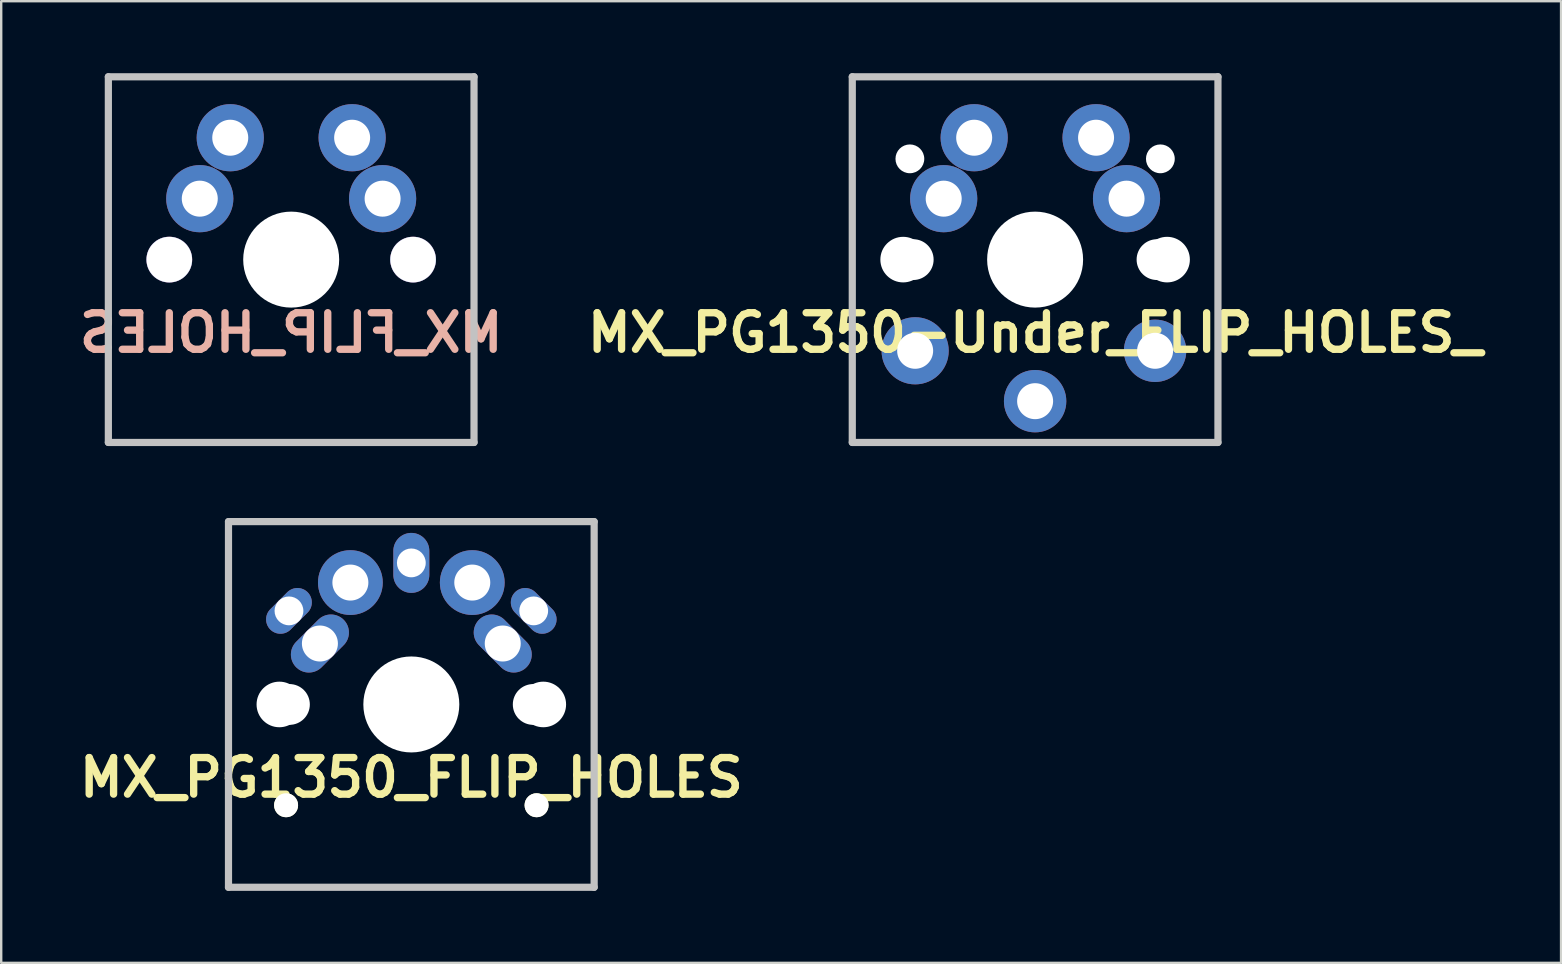
<source format=kicad_pcb>
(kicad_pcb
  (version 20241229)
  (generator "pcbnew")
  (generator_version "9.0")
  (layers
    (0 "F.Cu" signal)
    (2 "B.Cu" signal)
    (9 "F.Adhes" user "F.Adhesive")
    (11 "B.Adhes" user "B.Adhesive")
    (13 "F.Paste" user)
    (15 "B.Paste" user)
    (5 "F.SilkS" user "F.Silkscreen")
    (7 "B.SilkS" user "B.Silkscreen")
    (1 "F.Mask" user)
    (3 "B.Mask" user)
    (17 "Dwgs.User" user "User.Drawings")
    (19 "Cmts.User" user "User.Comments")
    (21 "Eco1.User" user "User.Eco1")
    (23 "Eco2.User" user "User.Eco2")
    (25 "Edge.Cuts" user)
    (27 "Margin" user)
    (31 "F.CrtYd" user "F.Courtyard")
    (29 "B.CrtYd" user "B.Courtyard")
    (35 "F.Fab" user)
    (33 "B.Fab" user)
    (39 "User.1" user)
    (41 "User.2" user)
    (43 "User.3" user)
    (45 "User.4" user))
  (footprint "MX_PG1350-Under_FLIP_HOLES_"
    (layer "F.Cu")
    (at 40.091 7.77)
    (property "Reference" "MX_PG1350-Under_FLIP_HOLES_" (at 0 3.048 0) (layer "F.SilkS") (effects (font (size 1.524 1.524) (thickness 0.305))))
    (attr through_hole)
    (fp_line (start -7.62 -7.62) (end 7.62 -7.62) (stroke (width 0.3) (type solid)) (layer "Dwgs.User"))
    (fp_line (start -7.62 7.62) (end -7.62 -7.62) (stroke (width 0.3) (type solid)) (layer "Dwgs.User"))
    (fp_line (start 7.62 -7.62) (end 7.62 7.62) (stroke (width 0.3) (type solid)) (layer "Dwgs.User"))
    (fp_line (start 7.62 7.62) (end -7.62 7.62) (stroke (width 0.3) (type solid)) (layer "Dwgs.User"))
    (pad "" np_thru_hole circle (at -5.5 0) (size 1.9 1.9) (drill 1.9) (layers "*.Cu" "*.Mask"))
    (pad "" np_thru_hole circle (at -5.22 -4.2) (size 1.2 1.2) (drill 1.2) (layers "*.Cu" "*.Mask"))
    (pad "" np_thru_hole circle (at -5.08 0) (size 1.7 1.7) (drill 1.7) (layers "*.Cu" "*.Mask"))
    (pad "" np_thru_hole circle (at 0 0) (size 4 4) (drill 4) (layers "*.Cu" "*.Mask"))
    (pad "" np_thru_hole circle (at 5.08 0) (size 1.7 1.7) (drill 1.7) (layers "*.Cu" "*.Mask"))
    (pad "" np_thru_hole circle (at 5.22 -4.2) (size 1.2 1.2) (drill 1.2) (layers "*.Cu" "*.Mask"))
    (pad "" np_thru_hole circle (at 5.5 0) (size 1.9 1.9) (drill 1.9) (layers "*.Cu" "*.Mask"))
    (pad "1" thru_hole circle (at -3.81 -2.54) (size 2.8 2.8) (drill 1.5) (layers "*.Cu" "*.Mask"))
    (pad "1" thru_hole circle (at -2.54 -5.08) (size 2.8 2.8) (drill 1.5) (layers "*.Cu" "*.Mask"))
    (pad "1" thru_hole circle (at 0 5.9) (size 2.6 2.6) (drill 1.5) (layers "*.Cu" "*.Mask"))
    (pad "2" thru_hole circle (at -5 3.8) (size 2.8 2.8) (drill 1.5) (layers "*.Cu" "*.Mask"))
    (pad "2" thru_hole circle (at 2.54 -5.08) (size 2.8 2.8) (drill 1.5) (layers "*.Cu" "*.Mask"))
    (pad "2" thru_hole circle (at 3.81 -2.54) (size 2.8 2.8) (drill 1.5) (layers "*.Cu" "*.Mask"))
    (pad "2" thru_hole circle (at 5 3.8) (size 2.6 2.6) (drill 1.5) (layers "*.Cu" "*.Mask")))
  (footprint "MX_FLIP_HOLES"
    (layer "F.Cu")
    (at 9.086 7.77)
    (property "Reference" "MX_FLIP_HOLES" (at 0 3.048 0) (layer "B.SilkS") (effects (font (size 1.524 1.524) (thickness 0.305)) (justify mirror)))
    (attr through_hole)
    (fp_line (start -7.62 -7.62) (end 7.62 -7.62) (stroke (width 0.3) (type solid)) (layer "Dwgs.User"))
    (fp_line (start -7.62 7.62) (end -7.62 -7.62) (stroke (width 0.3) (type solid)) (layer "Dwgs.User"))
    (fp_line (start 7.62 -7.62) (end 7.62 7.62) (stroke (width 0.3) (type solid)) (layer "Dwgs.User"))
    (fp_line (start 7.62 7.62) (end -7.62 7.62) (stroke (width 0.3) (type solid)) (layer "Dwgs.User"))
    (pad "" np_thru_hole circle (at -5.08 0) (size 1.91 1.91) (drill 1.9) (layers "*.Cu" "*.Mask"))
    (pad "" np_thru_hole circle (at 0 0) (size 4 4) (drill 4) (layers "*.Cu" "*.Mask"))
    (pad "" np_thru_hole circle (at 5.08 0) (size 1.91 1.91) (drill 1.9) (layers "*.Cu" "*.Mask"))
    (pad "1" thru_hole circle (at -3.81 -2.54) (size 2.8 2.8) (drill 1.5) (layers "*.Cu" "*.Mask"))
    (pad "1" thru_hole circle (at -2.54 -5.08) (size 2.8 2.8) (drill 1.5) (layers "*.Cu" "*.Mask"))
    (pad "2" thru_hole circle (at 2.54 -5.08) (size 2.8 2.8) (drill 1.5) (layers "*.Cu" "*.Mask"))
    (pad "2" thru_hole circle (at 3.81 -2.54) (size 2.8 2.8) (drill 1.5) (layers "*.Cu" "*.Mask")))
  (footprint "MX_PG1350_FLIP_HOLES"
    (placed yes)
    (layer "F.Cu")
    (at 14.093 26.31)
    (property "Reference" "MX_PG1350_FLIP_HOLES" (at 0 3.048 0) (layer "F.SilkS") (effects (font (size 1.524 1.524) (thickness 0.305))))
    (attr through_hole)
    (fp_line (start -7.62 -7.62) (end 7.62 -7.62) (stroke (width 0.3) (type solid)) (layer "Dwgs.User"))
    (fp_line (start -7.62 7.62) (end -7.62 -7.62) (stroke (width 0.3) (type solid)) (layer "Dwgs.User"))
    (fp_line (start 7.62 -7.62) (end 7.62 7.62) (stroke (width 0.3) (type solid)) (layer "Dwgs.User"))
    (fp_line (start 7.62 7.62) (end -7.62 7.62) (stroke (width 0.3) (type solid)) (layer "Dwgs.User"))
    (pad "" np_thru_hole circle (at -5.5 0) (size 1.9 1.9) (drill 1.9) (layers "*.Cu" "*.Mask"))
    (pad "" np_thru_hole circle (at -5.22 4.2) (size 1 1) (drill 1) (layers "*.Cu" "*.Mask" "F.SilkS"))
    (pad "" np_thru_hole circle (at -5.08 0) (size 1.7 1.7) (drill 1.7) (layers "*.Cu" "*.Mask"))
    (pad "" np_thru_hole circle (at 0 0) (size 4 4) (drill 4) (layers "*.Cu" "*.Mask"))
    (pad "" np_thru_hole circle (at 5.08 0) (size 1.7 1.7) (drill 1.7) (layers "*.Cu" "*.Mask"))
    (pad "" np_thru_hole circle (at 5.22 4.2) (size 1 1) (drill 1) (layers "*.Cu" "*.Mask" "F.SilkS"))
    (pad "" np_thru_hole circle (at 5.5 0) (size 1.9 1.9) (drill 1.9) (layers "*.Cu" "*.Mask"))
    (pad "1" thru_hole oval (at -5.1 -3.9 45) (size 2.2 1.2) (drill oval 1.2) (layers "*.Cu" "*.Mask"))
    (pad "1" thru_hole oval (at -3.81 -2.54 45) (size 2.8 1.5) (drill oval 1.5) (layers "*.Cu" "*.Mask"))
    (pad "1" thru_hole circle (at -2.54 -5.08) (size 2.7 2.7) (drill 1.5) (layers "*.Cu" "*.Mask"))
    (pad "1" thru_hole oval (at 5.1 -3.9 315) (size 2.2 1.2) (drill oval 1.2) (layers "*.Cu" "*.Mask"))
    (pad "2" thru_hole oval (at 0 -5.9 90) (size 2.5 1.5) (drill 1.2) (layers "*.Cu" "*.Mask"))
    (pad "2" thru_hole circle (at 2.54 -5.08) (size 2.7 2.7) (drill 1.5) (layers "*.Cu" "*.Mask"))
    (pad "2" thru_hole oval (at 3.81 -2.54 315) (size 2.8 1.5) (drill 1.5) (layers "*.Cu" "*.Mask")))
  (gr_rect
    (start -3 -3)
    (end 62.011 37.08)
    (stroke (width 0.1) (type default))
    (fill no)
    (layer "Edge.Cuts")))
</source>
